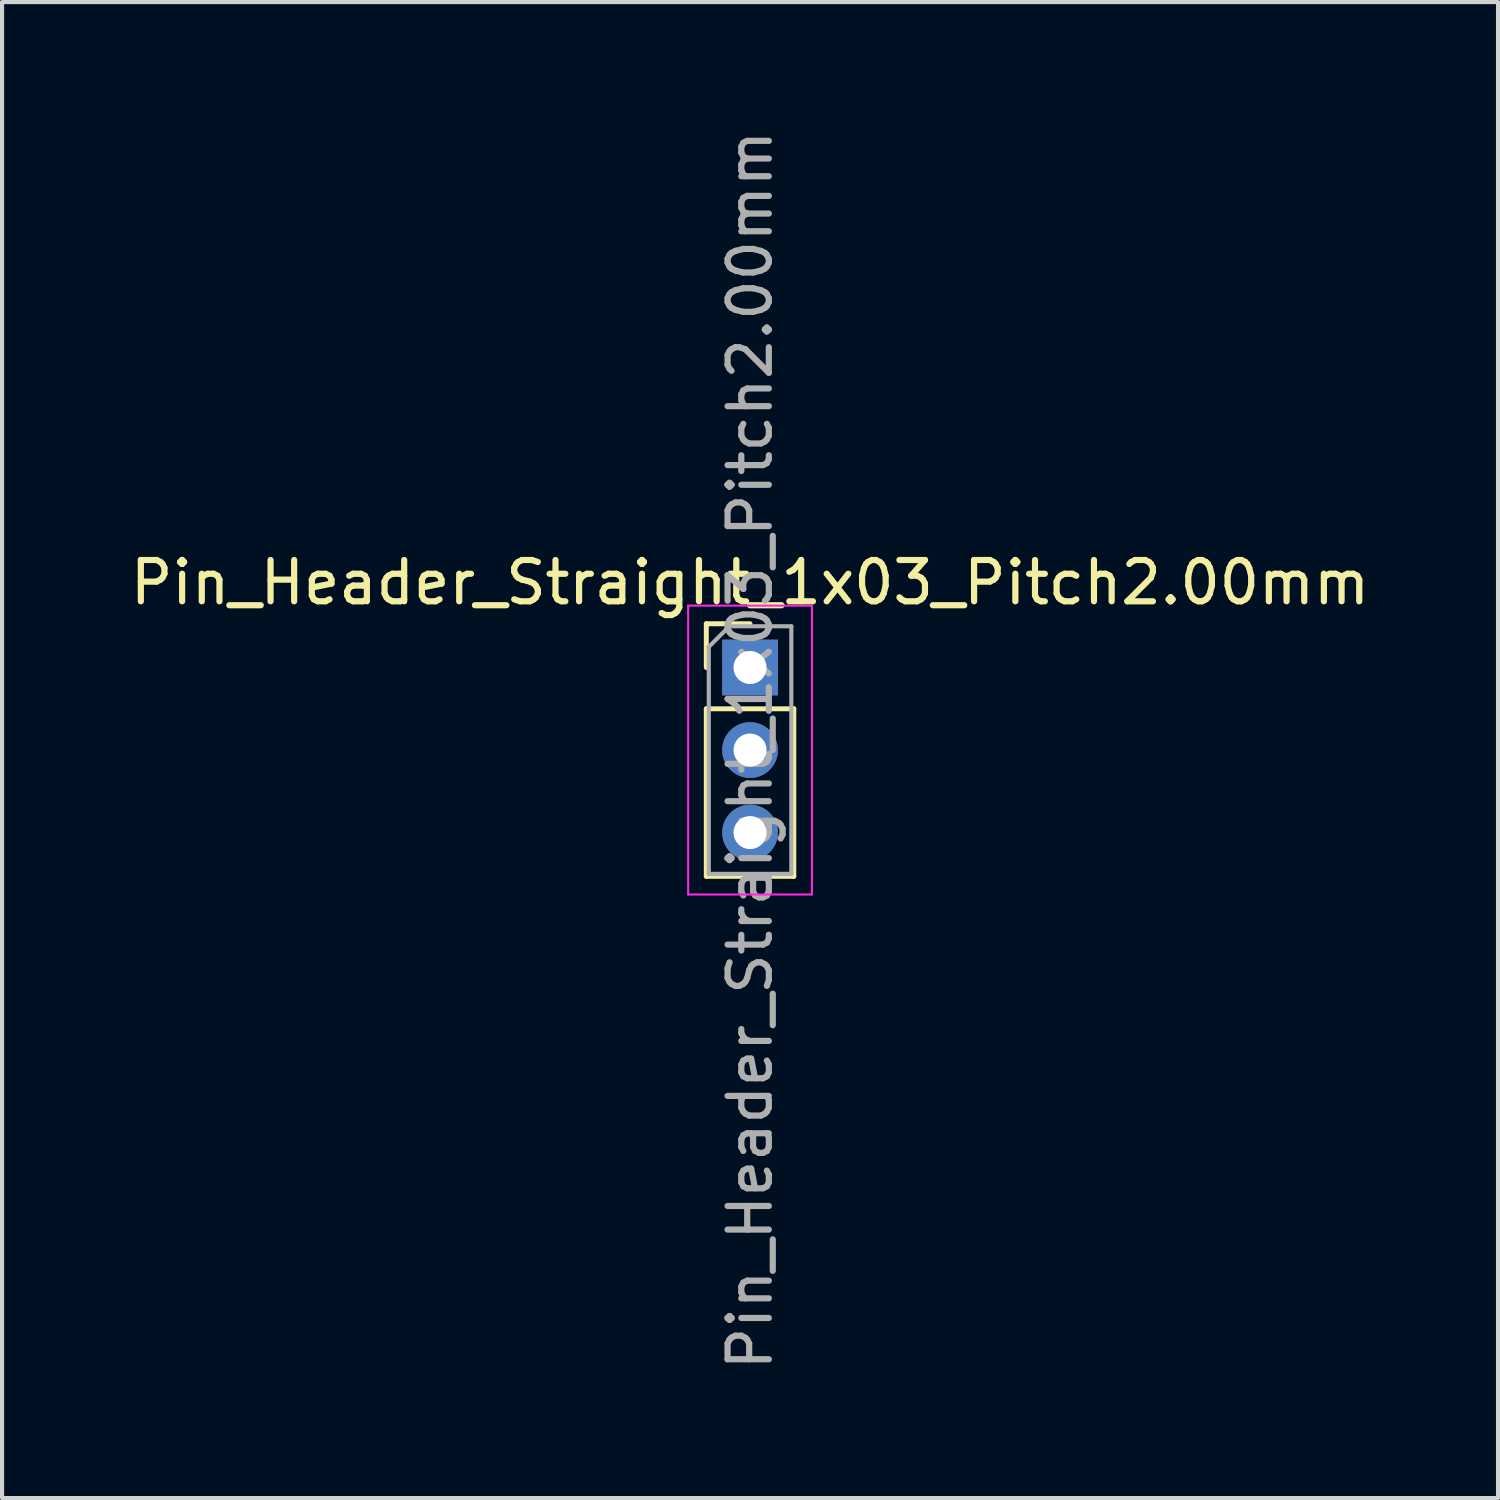
<source format=kicad_pcb>
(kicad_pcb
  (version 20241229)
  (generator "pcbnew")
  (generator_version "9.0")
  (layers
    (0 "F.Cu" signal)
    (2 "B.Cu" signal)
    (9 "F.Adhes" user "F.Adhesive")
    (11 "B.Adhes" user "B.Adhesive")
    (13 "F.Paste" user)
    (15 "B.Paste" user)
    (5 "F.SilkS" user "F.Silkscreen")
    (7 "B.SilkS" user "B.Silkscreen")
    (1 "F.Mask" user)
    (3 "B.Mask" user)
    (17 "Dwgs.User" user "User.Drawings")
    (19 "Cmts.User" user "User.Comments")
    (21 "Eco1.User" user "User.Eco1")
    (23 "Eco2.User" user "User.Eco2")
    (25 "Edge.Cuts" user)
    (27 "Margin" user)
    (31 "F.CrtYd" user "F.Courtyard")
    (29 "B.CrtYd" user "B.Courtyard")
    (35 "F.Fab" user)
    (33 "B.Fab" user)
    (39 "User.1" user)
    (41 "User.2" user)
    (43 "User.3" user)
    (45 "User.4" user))
  (footprint "Pin_Header_Straight_1x03_Pitch2.00mm"
    (layer "F.Cu")
    (at 15.125 13.125)
    (property "Reference" "Pin_Header_Straight_1x03_Pitch2.00mm" (at 0 -2.06 0) (layer "F.SilkS") (effects (font (size 1 1) (thickness 0.15))))
    (attr through_hole)
    (fp_line (start -1.06 -1.06) (end 0 -1.06) (stroke (width 0.12) (type solid)) (layer "F.SilkS"))
    (fp_line (start -1.06 0) (end -1.06 -1.06) (stroke (width 0.12) (type solid)) (layer "F.SilkS"))
    (fp_line (start -1.06 1) (end -1.06 5.06) (stroke (width 0.12) (type solid)) (layer "F.SilkS"))
    (fp_line (start -1.06 1) (end 1.06 1) (stroke (width 0.12) (type solid)) (layer "F.SilkS"))
    (fp_line (start -1.06 5.06) (end 1.06 5.06) (stroke (width 0.12) (type solid)) (layer "F.SilkS"))
    (fp_line (start 1.06 1) (end 1.06 5.06) (stroke (width 0.12) (type solid)) (layer "F.SilkS"))
    (fp_line (start -1.5 -1.5) (end -1.5 5.5) (stroke (width 0.05) (type solid)) (layer "F.CrtYd"))
    (fp_line (start -1.5 5.5) (end 1.5 5.5) (stroke (width 0.05) (type solid)) (layer "F.CrtYd"))
    (fp_line (start 1.5 -1.5) (end -1.5 -1.5) (stroke (width 0.05) (type solid)) (layer "F.CrtYd"))
    (fp_line (start 1.5 5.5) (end 1.5 -1.5) (stroke (width 0.05) (type solid)) (layer "F.CrtYd"))
    (fp_line (start -1 -0.5) (end -0.5 -1) (stroke (width 0.1) (type solid)) (layer "F.Fab"))
    (fp_line (start -1 5) (end -1 -0.5) (stroke (width 0.1) (type solid)) (layer "F.Fab"))
    (fp_line (start -0.5 -1) (end 1 -1) (stroke (width 0.1) (type solid)) (layer "F.Fab"))
    (fp_line (start 1 -1) (end 1 5) (stroke (width 0.1) (type solid)) (layer "F.Fab"))
    (fp_line (start 1 5) (end -1 5) (stroke (width 0.1) (type solid)) (layer "F.Fab"))
    (fp_text user "${REFERENCE}" (at 0 2 90) (layer "F.Fab") (effects (font (size 1 1) (thickness 0.15))))
    (pad "1" thru_hole rect (at 0 0) (size 1.35 1.35) (drill 0.8) (layers "*.Cu" "*.Mask"))
    (pad "2" thru_hole oval (at 0 2) (size 1.35 1.35) (drill 0.8) (layers "*.Cu" "*.Mask"))
    (pad "3" thru_hole oval (at 0 4) (size 1.35 1.35) (drill 0.8) (layers "*.Cu" "*.Mask")))
  (gr_rect
    (start -3 -3)
    (end 33.25 33.25)
    (stroke (width 0.1) (type default))
    (fill no)
    (layer "Edge.Cuts")))
</source>
